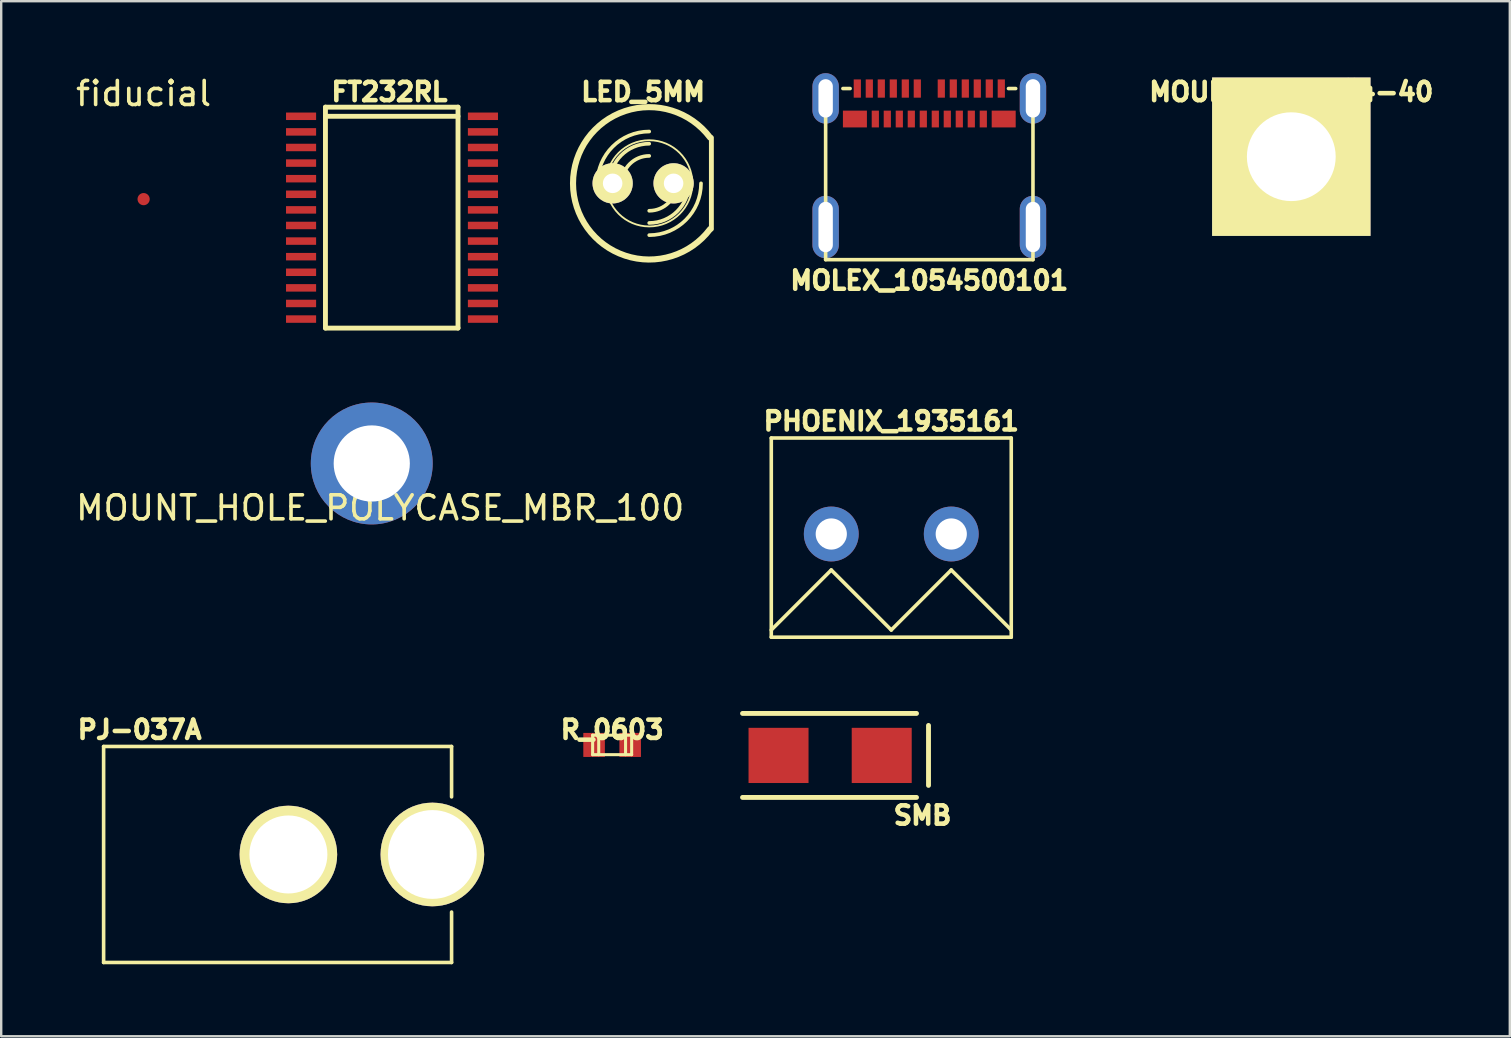
<source format=kicad_pcb>
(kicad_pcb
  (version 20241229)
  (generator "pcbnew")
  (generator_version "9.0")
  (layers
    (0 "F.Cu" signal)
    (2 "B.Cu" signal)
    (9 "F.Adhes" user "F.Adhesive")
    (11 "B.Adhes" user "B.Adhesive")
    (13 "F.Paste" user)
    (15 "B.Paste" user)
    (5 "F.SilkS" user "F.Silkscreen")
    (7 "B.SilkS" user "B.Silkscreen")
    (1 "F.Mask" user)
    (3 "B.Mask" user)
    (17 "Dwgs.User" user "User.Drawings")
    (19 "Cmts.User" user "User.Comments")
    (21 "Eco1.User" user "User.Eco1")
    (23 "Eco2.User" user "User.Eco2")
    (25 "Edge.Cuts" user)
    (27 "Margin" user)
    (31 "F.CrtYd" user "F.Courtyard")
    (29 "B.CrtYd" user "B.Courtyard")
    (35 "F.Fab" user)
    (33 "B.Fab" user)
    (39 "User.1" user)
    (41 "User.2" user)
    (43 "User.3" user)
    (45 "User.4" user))
  (footprint "FT232RL"
    (layer "F.Cu")
    (at 9.623 1.796)
    (property "Reference" "FT232RL" (at 3.556 -1.016 0) (layer "F.SilkS") (effects (font (size 0.762 0.762) (thickness 0.191))))
    (attr through_hole)
    (fp_line (start 0.889 -0.381) (end 0.889 8.826) (stroke (width 0.203) (type solid)) (layer "F.SilkS"))
    (fp_line (start 0.889 0) (end 6.413 0) (stroke (width 0.203) (type solid)) (layer "F.SilkS"))
    (fp_line (start 0.889 8.826) (end 6.413 8.826) (stroke (width 0.203) (type solid)) (layer "F.SilkS"))
    (fp_line (start 6.413 -0.381) (end 0.889 -0.381) (stroke (width 0.203) (type solid)) (layer "F.SilkS"))
    (fp_line (start 6.413 8.826) (end 6.413 -0.381) (stroke (width 0.203) (type solid)) (layer "F.SilkS"))
    (pad "1" smd rect (at -0.127 0) (size 1.254 0.312) (layers "F.Cu" "F.Mask" "F.Paste"))
    (pad "2" smd rect (at -0.127 0.65) (size 1.254 0.312) (layers "F.Cu" "F.Mask" "F.Paste"))
    (pad "3" smd rect (at -0.127 1.3) (size 1.254 0.312) (layers "F.Cu" "F.Mask" "F.Paste"))
    (pad "4" smd rect (at -0.127 1.95) (size 1.254 0.312) (layers "F.Cu" "F.Mask" "F.Paste"))
    (pad "5" smd rect (at -0.127 2.6) (size 1.254 0.312) (layers "F.Cu" "F.Mask" "F.Paste"))
    (pad "6" smd rect (at -0.127 3.25) (size 1.254 0.312) (layers "F.Cu" "F.Mask" "F.Paste"))
    (pad "7" smd rect (at -0.127 3.9) (size 1.254 0.312) (layers "F.Cu" "F.Mask" "F.Paste"))
    (pad "8" smd rect (at -0.127 4.55) (size 1.254 0.312) (layers "F.Cu" "F.Mask" "F.Paste"))
    (pad "9" smd rect (at -0.127 5.2) (size 1.254 0.312) (layers "F.Cu" "F.Mask" "F.Paste"))
    (pad "10" smd rect (at -0.127 5.85) (size 1.254 0.312) (layers "F.Cu" "F.Mask" "F.Paste"))
    (pad "11" smd rect (at -0.127 6.5) (size 1.254 0.312) (layers "F.Cu" "F.Mask" "F.Paste"))
    (pad "12" smd rect (at -0.127 7.15) (size 1.254 0.312) (layers "F.Cu" "F.Mask" "F.Paste"))
    (pad "13" smd rect (at -0.127 7.8) (size 1.254 0.312) (layers "F.Cu" "F.Mask" "F.Paste"))
    (pad "14" smd rect (at -0.127 8.45) (size 1.254 0.312) (layers "F.Cu" "F.Mask" "F.Paste"))
    (pad "15" smd rect (at 7.452 8.45) (size 1.254 0.312) (layers "F.Cu" "F.Mask" "F.Paste"))
    (pad "16" smd rect (at 7.452 7.8) (size 1.254 0.312) (layers "F.Cu" "F.Mask" "F.Paste"))
    (pad "17" smd rect (at 7.452 7.15) (size 1.254 0.312) (layers "F.Cu" "F.Mask" "F.Paste"))
    (pad "18" smd rect (at 7.452 6.5) (size 1.254 0.312) (layers "F.Cu" "F.Mask" "F.Paste"))
    (pad "19" smd rect (at 7.452 5.85) (size 1.254 0.312) (layers "F.Cu" "F.Mask" "F.Paste"))
    (pad "20" smd rect (at 7.452 5.2) (size 1.254 0.312) (layers "F.Cu" "F.Mask" "F.Paste"))
    (pad "21" smd rect (at 7.452 4.55) (size 1.254 0.312) (layers "F.Cu" "F.Mask" "F.Paste"))
    (pad "22" smd rect (at 7.452 3.9) (size 1.254 0.312) (layers "F.Cu" "F.Mask" "F.Paste"))
    (pad "23" smd rect (at 7.452 3.25) (size 1.254 0.312) (layers "F.Cu" "F.Mask" "F.Paste"))
    (pad "24" smd rect (at 7.452 2.6) (size 1.254 0.312) (layers "F.Cu" "F.Mask" "F.Paste"))
    (pad "25" smd rect (at 7.452 1.95) (size 1.254 0.312) (layers "F.Cu" "F.Mask" "F.Paste"))
    (pad "26" smd rect (at 7.452 1.3) (size 1.254 0.312) (layers "F.Cu" "F.Mask" "F.Paste"))
    (pad "27" smd rect (at 7.452 0.65) (size 1.254 0.312) (layers "F.Cu" "F.Mask" "F.Paste"))
    (pad "28" smd rect (at 7.452 0) (size 1.254 0.312) (layers "F.Cu" "F.Mask" "F.Paste")))
  (footprint "fiducial"
    (layer "F.Cu")
    (at 2.935 5.248)
    (property "Reference" "fiducial" (at 0 -4.4 0) (layer "F.SilkS") (effects (font (size 1 1) (thickness 0.15))))
    (attr through_hole)
    (pad "1" smd circle (at 0 0) (size 0.508 0.508) (layers "F.Cu" "F.Mask" "F.Paste")))
  (footprint "PHOENIX_1935161"
    (layer "F.Cu")
    (at 34.091 19.203)
    (property "Reference" "PHOENIX_1935161" (at 0 -4.699 0) (layer "F.SilkS") (effects (font (size 0.762 0.762) (thickness 0.191))))
    (attr through_hole)
    (fp_line (start -5 -4) (end -5 4.3) (stroke (width 0.15) (type solid)) (layer "F.SilkS"))
    (fp_line (start -5 -4) (end 5 -4) (stroke (width 0.15) (type solid)) (layer "F.SilkS"))
    (fp_line (start -5 4) (end -2.5 1.5) (stroke (width 0.15) (type solid)) (layer "F.SilkS"))
    (fp_line (start -5 4.3) (end 5 4.3) (stroke (width 0.15) (type solid)) (layer "F.SilkS"))
    (fp_line (start -2.5 1.5) (end 0 4) (stroke (width 0.15) (type solid)) (layer "F.SilkS"))
    (fp_line (start 0 4) (end 2.5 1.5) (stroke (width 0.15) (type solid)) (layer "F.SilkS"))
    (fp_line (start 2.5 1.5) (end 5 4) (stroke (width 0.15) (type solid)) (layer "F.SilkS"))
    (fp_line (start 5 -4) (end 5 4.3) (stroke (width 0.15) (type solid)) (layer "F.SilkS"))
    (pad "1" thru_hole circle (at -2.5 0) (size 2.286 2.286) (drill 1.3) (layers "*.Cu" "*.Mask"))
    (pad "2" thru_hole circle (at 2.5 0) (size 2.286 2.286) (drill 1.3) (layers "*.Cu" "*.Mask")))
  (footprint "R_0603"
    (layer "F.Cu")
    (at 22.459 27.993)
    (property "Reference" "R_0603" (at 0 -0.635 0) (layer "F.SilkS") (effects (font (size 0.762 0.762) (thickness 0.191))))
    (attr through_hole)
    (fp_line (start -0.813 -0.406) (end 0.813 -0.406) (stroke (width 0.127) (type solid)) (layer "F.SilkS"))
    (fp_line (start -0.813 0.406) (end -0.813 -0.406) (stroke (width 0.127) (type solid)) (layer "F.SilkS"))
    (fp_line (start -0.559 -0.381) (end -0.559 0.406) (stroke (width 0.127) (type solid)) (layer "F.SilkS"))
    (fp_line (start 0.559 0.406) (end 0.559 -0.406) (stroke (width 0.127) (type solid)) (layer "F.SilkS"))
    (fp_line (start 0.813 -0.406) (end 0.813 0.406) (stroke (width 0.127) (type solid)) (layer "F.SilkS"))
    (fp_line (start 0.813 0.406) (end -0.813 0.406) (stroke (width 0.127) (type solid)) (layer "F.SilkS"))
    (pad "1" smd rect (at 0.752 0) (size 0.899 1.001) (layers "F.Cu" "F.Mask" "F.Paste"))
    (pad "2" smd rect (at -0.752 0) (size 0.899 1.001) (layers "F.Cu" "F.Mask" "F.Paste")))
  (footprint "MOLEX_1054500101"
    (layer "F.Cu")
    (at 35.676 0.64)
    (property "Reference" "MOLEX_1054500101" (at 0 8 0) (layer "F.SilkS") (effects (font (size 0.762 0.762) (thickness 0.191))))
    (attr through_hole)
    (fp_line (start -4.32 7.13) (end -4.32 0) (stroke (width 0.15) (type solid)) (layer "F.SilkS"))
    (fp_line (start -4.32 7.13) (end 4.32 7.13) (stroke (width 0.15) (type solid)) (layer "F.SilkS"))
    (fp_line (start -3.6 0) (end -3.3 0) (stroke (width 0.15) (type solid)) (layer "F.SilkS"))
    (fp_line (start 3.6 0) (end 3.3 0) (stroke (width 0.15) (type solid)) (layer "F.SilkS"))
    (fp_line (start 4.32 7.13) (end 4.32 0) (stroke (width 0.15) (type solid)) (layer "F.SilkS"))
    (pad "A1" smd rect (at -3 0) (size 0.3 0.76) (layers "F.Cu" "F.Mask" "F.Paste"))
    (pad "A2" smd rect (at -2.5 0) (size 0.3 0.76) (layers "F.Cu" "F.Mask" "F.Paste"))
    (pad "A3" smd rect (at -2 0) (size 0.3 0.76) (layers "F.Cu" "F.Mask" "F.Paste"))
    (pad "A4" smd rect (at -1.5 0) (size 0.3 0.76) (layers "F.Cu" "F.Mask" "F.Paste"))
    (pad "A5" smd rect (at -1 0) (size 0.3 0.76) (layers "F.Cu" "F.Mask" "F.Paste"))
    (pad "A6" smd rect (at -0.5 0) (size 0.3 0.76) (layers "F.Cu" "F.Mask" "F.Paste"))
    (pad "A7" smd rect (at 0.5 0) (size 0.3 0.76) (layers "F.Cu" "F.Mask" "F.Paste"))
    (pad "A8" smd rect (at 1 0) (size 0.3 0.76) (layers "F.Cu" "F.Mask" "F.Paste"))
    (pad "A9" smd rect (at 1.5 0) (size 0.3 0.76) (layers "F.Cu" "F.Mask" "F.Paste"))
    (pad "A10" smd rect (at 2 0) (size 0.3 0.76) (layers "F.Cu" "F.Mask" "F.Paste"))
    (pad "A11" smd rect (at 2.5 0) (size 0.3 0.76) (layers "F.Cu" "F.Mask" "F.Paste"))
    (pad "A12" smd rect (at 3 0) (size 0.3 0.76) (layers "F.Cu" "F.Mask" "F.Paste"))
    (pad "B1" smd rect (at 3.1 1.27) (size 1 0.7) (layers "F.Cu" "F.Mask" "F.Paste"))
    (pad "B2" smd rect (at 2.25 1.27) (size 0.3 0.7) (layers "F.Cu" "F.Mask" "F.Paste"))
    (pad "B3" smd rect (at 1.75 1.27) (size 0.3 0.7) (layers "F.Cu" "F.Mask" "F.Paste"))
    (pad "B4" smd rect (at 1.25 1.27) (size 0.3 0.7) (layers "F.Cu" "F.Mask" "F.Paste"))
    (pad "B5" smd rect (at 0.75 1.27) (size 0.3 0.7) (layers "F.Cu" "F.Mask" "F.Paste"))
    (pad "B6" smd rect (at 0.25 1.27) (size 0.3 0.7) (layers "F.Cu" "F.Mask" "F.Paste"))
    (pad "B7" smd rect (at -0.25 1.27) (size 0.3 0.7) (layers "F.Cu" "F.Mask" "F.Paste"))
    (pad "B8" smd rect (at -0.75 1.27) (size 0.3 0.7) (layers "F.Cu" "F.Mask" "F.Paste"))
    (pad "B9" smd rect (at -1.25 1.27) (size 0.3 0.7) (layers "F.Cu" "F.Mask" "F.Paste"))
    (pad "B10" smd rect (at -1.75 1.27) (size 0.3 0.7) (layers "F.Cu" "F.Mask" "F.Paste"))
    (pad "B11" smd rect (at -2.25 1.27) (size 0.3 0.7) (layers "F.Cu" "F.Mask" "F.Paste"))
    (pad "B12" smd rect (at -3.1 1.27) (size 1 0.7) (layers "F.Cu" "F.Mask" "F.Paste"))
    (pad "MNT1" thru_hole oval (at -4.32 0.41) (size 1.1 2.1) (drill oval 0.6 1.6) (layers "*.Cu" "*.Mask"))
    (pad "MNT2" thru_hole oval (at 4.32 0.41) (size 1.1 2.1) (drill oval 0.6 1.6) (layers "*.Cu" "*.Mask"))
    (pad "MNT3" thru_hole oval (at -4.32 5.77) (size 1.1 2.6) (drill oval 0.6 2.1) (layers "*.Cu" "*.Mask"))
    (pad "MNT4" thru_hole oval (at 4.32 5.77) (size 1.1 2.6) (drill oval 0.6 2.1) (layers "*.Cu" "*.Mask")))
  (footprint "MOUNT_HOLE_POLYCASE_MBR_100"
    (layer "F.Cu")
    (at 12.492 16.364)
    (property "Reference" "MOUNT_HOLE_POLYCASE_MBR_100" (at 0.3 1.75 0) (layer "F.SilkS") (effects (font (size 1 1) (thickness 0.15))))
    (attr through_hole)
    (pad "MNT" thru_hole circle (at -0.05 -0.1) (size 5.08 5.08) (drill 3.175) (layers "*.Cu" "*.Mask")))
  (footprint "SMB"
    (layer "F.Cu")
    (at 29.393 28.43)
    (property "Reference" "SMB" (at 6 2.5 0) (layer "F.SilkS") (effects (font (size 0.762 0.762) (thickness 0.191))))
    (attr through_hole)
    (fp_line (start 5.75 -1.75) (end -1.5 -1.75) (stroke (width 0.203) (type solid)) (layer "F.SilkS"))
    (fp_line (start 5.75 1.75) (end -1.5 1.75) (stroke (width 0.203) (type solid)) (layer "F.SilkS"))
    (fp_line (start 6.25 -1.25) (end 6.25 1.25) (stroke (width 0.203) (type solid)) (layer "F.SilkS"))
    (pad "1" smd rect (at 0 0) (size 2.5 2.3) (layers "F.Cu" "F.Mask" "F.Paste"))
    (pad "2" smd rect (at 4.3 0) (size 2.5 2.3) (layers "F.Cu" "F.Mask" "F.Paste")))
  (footprint "PJ-037A"
    (layer "F.Cu")
    (at 8.968 32.558)
    (property "Reference" "PJ-037A" (at -6.2 -5.2 0) (layer "F.SilkS") (effects (font (size 0.762 0.762) (thickness 0.191))))
    (attr through_hole)
    (fp_line (start -7.7 -4.5) (end -7.7 4.5) (stroke (width 0.15) (type solid)) (layer "F.SilkS"))
    (fp_line (start -7.7 -4.5) (end 6.8 -4.5) (stroke (width 0.15) (type solid)) (layer "F.SilkS"))
    (fp_line (start -7.7 4.5) (end 6.8 4.5) (stroke (width 0.15) (type solid)) (layer "F.SilkS"))
    (fp_line (start 6.8 -4.5) (end 6.8 -2.4) (stroke (width 0.15) (type solid)) (layer "F.SilkS"))
    (fp_line (start 6.8 4.5) (end 6.8 2.4) (stroke (width 0.15) (type solid)) (layer "F.SilkS"))
    (pad "1" thru_hole circle (at 6 0) (size 4.318 4.318) (drill 3.7) (layers "*.Cu" "*.Mask" "F.SilkS"))
    (pad "2" thru_hole circle (at 0 0) (size 4.064 4.064) (drill 3.25) (layers "*.Cu" "*.Mask" "F.SilkS")))
  (footprint "MOUNT_HOLE_#4-40"
    (layer "F.Cu")
    (at 50.761 3.48)
    (property "Reference" "MOUNT_HOLE_#4-40" (at 0 -2.7 0) (layer "F.SilkS") (effects (font (size 0.762 0.762) (thickness 0.191))))
    (attr through_hole)
    (pad "MNT" thru_hole rect (at 0 0) (size 6.6 6.6) (drill 3.7) (layers "*.Cu" "*.Mask" "F.SilkS")))
  (footprint "LED_5MM"
    (layer "F.Cu")
    (at 23.75 4.59)
    (property "Reference" "LED_5MM" (at 0 -3.81 0) (layer "F.SilkS") (effects (font (size 0.762 0.762) (thickness 0.191))))
    (attr through_hole)
    (fp_line (start 2.845 1.905) (end 2.845 -1.905) (stroke (width 0.203) (type solid)) (layer "F.SilkS"))
    (fp_arc (start -1.905 0) (mid -1.272644 -1.526644) (end 0.254 -2.159) (stroke (width 0.1524) (type solid)) (layer "F.SilkS"))
    (fp_arc (start -1.397 0) (mid -0.913433 -1.167433) (end 0.254 -1.651) (stroke (width 0.1524) (type solid)) (layer "F.SilkS"))
    (fp_arc (start -0.889 0) (mid -0.554223 -0.808223) (end 0.254 -1.143) (stroke (width 0.1524) (type solid)) (layer "F.SilkS"))
    (fp_arc (start 1.397 0) (mid 1.062223 0.808223) (end 0.254 1.143) (stroke (width 0.1524) (type solid)) (layer "F.SilkS"))
    (fp_arc (start 1.905 0) (mid 1.421433 1.167433) (end 0.254 1.651) (stroke (width 0.1524) (type solid)) (layer "F.SilkS"))
    (fp_arc (start 2.413 0) (mid 1.780644 1.526644) (end 0.254 2.159) (stroke (width 0.1524) (type solid)) (layer "F.SilkS"))
    (fp_arc (start 2.794 1.905) (mid -2.921 0.001668) (end 2.791997 -1.907668) (stroke (width 0.254) (type solid)) (layer "F.SilkS"))
    (fp_circle (center 0.254 0) (end -1.016 1.27) (stroke (width 0.076) (type solid)) (fill no) (layer "F.SilkS"))
    (pad "1" thru_hole circle (at -1.27 0) (size 1.676 1.676) (drill 0.813) (layers "*.Cu" "*.Mask" "F.SilkS"))
    (pad "2" thru_hole circle (at 1.27 0) (size 1.676 1.676) (drill 0.813) (layers "*.Cu" "*.Mask" "F.SilkS")))
  (gr_rect
    (start -3 -3)
    (end 59.867 40.133)
    (stroke (width 0.1) (type default))
    (fill no)
    (layer "Edge.Cuts")))
</source>
